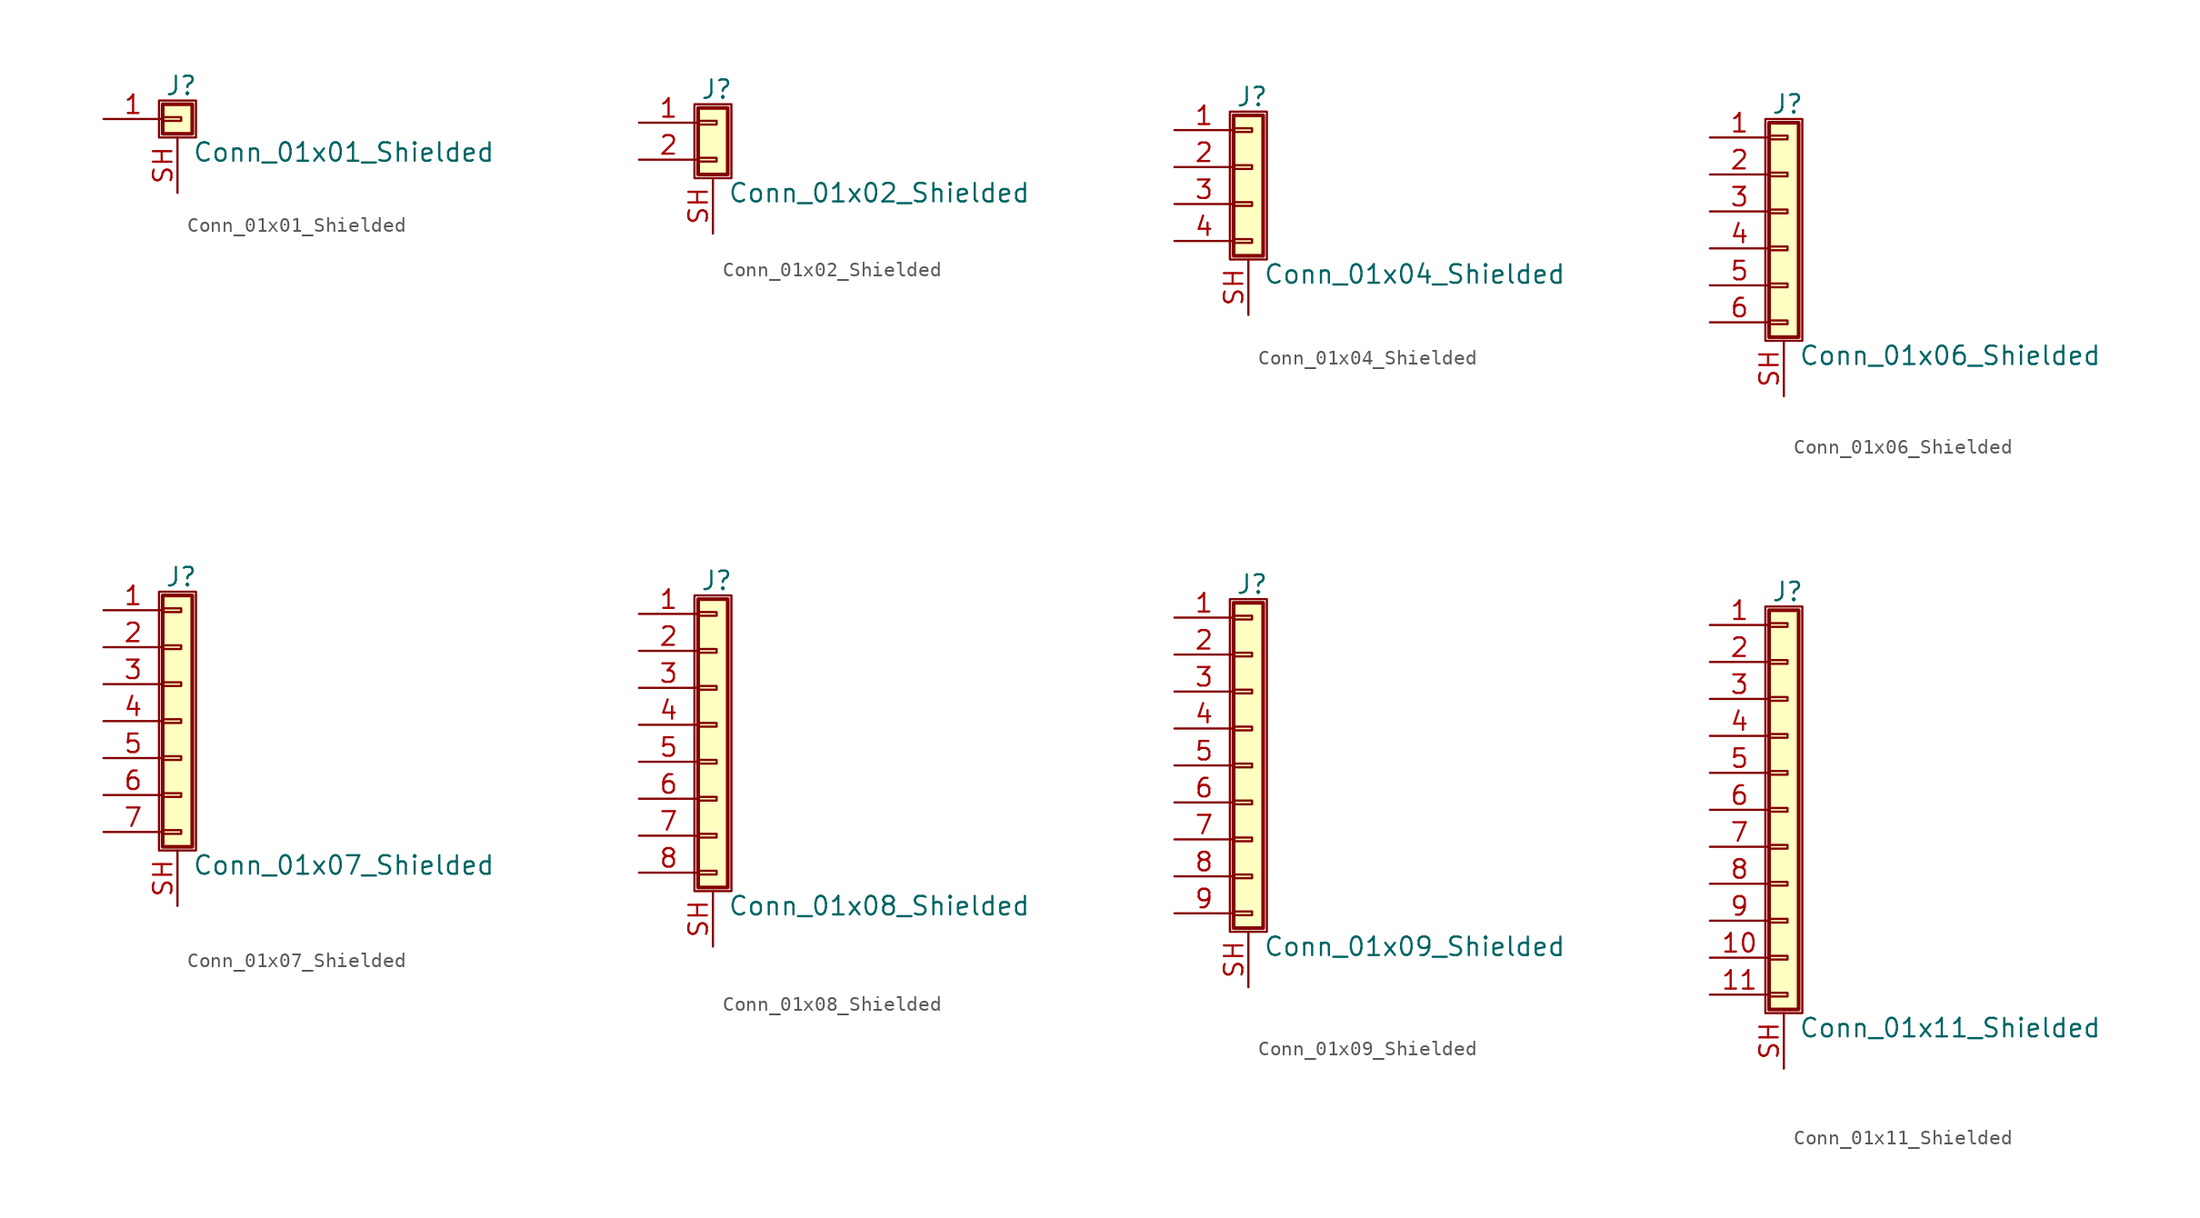
<source format=kicad_sym>
(kicad_symbol_lib
  (version 20220914)
  (generator kicad_symbol_editor)
  (symbol "Conn_01x01_Shielded"
    (pin_names
      (offset 1.016) hide)
    (property "Reference" "J"
      (at 0.254 2.286 0)
      (effects (font (size 1.27 1.27))))
    (property "Value" "Conn_01x01_Shielded"
      (at 1.016 -2.286 0)
      (effects (font (size 1.27 1.27)) (justify left)))
    (symbol "Conn_01x01_Shielded_1_1"
      (rectangle (start -1.27 1.27) (end 1.27 -1.27) (stroke (width 0.152) (type default)) (fill (type none)))
      (rectangle (start -1.016 0.127) (end 0.254 -0.127) (stroke (width 0.152) (type default)) (fill (type none)))
      (rectangle (start -1.016 1.016) (end 1.016 -1.016) (stroke (width 0.254) (type default)) (fill (type background)))
      (pin passive line (at -5.08 0 0) (length 4.064) (name "Pin_1" (effects (font (size 1.27 1.27)))) (number "1" (effects (font (size 1.27 1.27)))))
      (pin passive line (at 0 -5.08 90) (length 3.81) (name "Shield" (effects (font (size 1.27 1.27)))) (number "SH" (effects (font (size 1.27 1.27)))))))
  (symbol "Conn_01x02_Shielded"
    (pin_names
      (offset 1.016) hide)
    (property "Reference" "J"
      (at 0.254 2.286 0)
      (effects (font (size 1.27 1.27))))
    (property "Value" "Conn_01x02_Shielded"
      (at 1.016 -4.826 0)
      (effects (font (size 1.27 1.27)) (justify left)))
    (symbol "Conn_01x02_Shielded_1_1"
      (rectangle (start -1.27 1.27) (end 1.27 -3.81) (stroke (width 0.152) (type default)) (fill (type none)))
      (rectangle (start -1.016 -2.413) (end 0.254 -2.667) (stroke (width 0.152) (type default)) (fill (type none)))
      (rectangle (start -1.016 0.127) (end 0.254 -0.127) (stroke (width 0.152) (type default)) (fill (type none)))
      (rectangle (start -1.016 1.016) (end 1.016 -3.556) (stroke (width 0.254) (type default)) (fill (type background)))
      (pin passive line (at -5.08 0 0) (length 4.064) (name "Pin_1" (effects (font (size 1.27 1.27)))) (number "1" (effects (font (size 1.27 1.27)))))
      (pin passive line (at -5.08 -2.54 0) (length 4.064) (name "Pin_2" (effects (font (size 1.27 1.27)))) (number "2" (effects (font (size 1.27 1.27)))))
      (pin passive line (at 0 -7.62 90) (length 3.81) (name "Shield" (effects (font (size 1.27 1.27)))) (number "SH" (effects (font (size 1.27 1.27)))))))
  (symbol "Conn_01x04_Shielded"
    (pin_names
      (offset 1.016) hide)
    (property "Reference" "J"
      (at 0.254 4.826 0)
      (effects (font (size 1.27 1.27))))
    (property "Value" "Conn_01x04_Shielded"
      (at 1.016 -7.366 0)
      (effects (font (size 1.27 1.27)) (justify left)))
    (symbol "Conn_01x04_Shielded_1_1"
      (rectangle (start -1.27 3.81) (end 1.27 -6.35) (stroke (width 0.152) (type default)) (fill (type none)))
      (rectangle (start -1.016 -4.953) (end 0.254 -5.207) (stroke (width 0.152) (type default)) (fill (type none)))
      (rectangle (start -1.016 -2.413) (end 0.254 -2.667) (stroke (width 0.152) (type default)) (fill (type none)))
      (rectangle (start -1.016 0.127) (end 0.254 -0.127) (stroke (width 0.152) (type default)) (fill (type none)))
      (rectangle (start -1.016 2.667) (end 0.254 2.413) (stroke (width 0.152) (type default)) (fill (type none)))
      (rectangle (start -1.016 3.556) (end 1.016 -6.096) (stroke (width 0.254) (type default)) (fill (type background)))
      (pin passive line (at -5.08 2.54 0) (length 4.064) (name "Pin_1" (effects (font (size 1.27 1.27)))) (number "1" (effects (font (size 1.27 1.27)))))
      (pin passive line (at -5.08 0 0) (length 4.064) (name "Pin_2" (effects (font (size 1.27 1.27)))) (number "2" (effects (font (size 1.27 1.27)))))
      (pin passive line (at -5.08 -2.54 0) (length 4.064) (name "Pin_3" (effects (font (size 1.27 1.27)))) (number "3" (effects (font (size 1.27 1.27)))))
      (pin passive line (at -5.08 -5.08 0) (length 4.064) (name "Pin_4" (effects (font (size 1.27 1.27)))) (number "4" (effects (font (size 1.27 1.27)))))
      (pin passive line (at 0 -10.16 90) (length 3.81) (name "Shield" (effects (font (size 1.27 1.27)))) (number "SH" (effects (font (size 1.27 1.27)))))))
  (symbol "Conn_01x06_Shielded"
    (pin_names
      (offset 1.016) hide)
    (property "Reference" "J"
      (at 0.254 7.366 0)
      (effects (font (size 1.27 1.27))))
    (property "Value" "Conn_01x06_Shielded"
      (at 1.016 -9.906 0)
      (effects (font (size 1.27 1.27)) (justify left)))
    (symbol "Conn_01x06_Shielded_1_1"
      (rectangle (start -1.27 6.35) (end 1.27 -8.89) (stroke (width 0.152) (type default)) (fill (type none)))
      (rectangle (start -1.016 -7.493) (end 0.254 -7.747) (stroke (width 0.152) (type default)) (fill (type none)))
      (rectangle (start -1.016 -4.953) (end 0.254 -5.207) (stroke (width 0.152) (type default)) (fill (type none)))
      (rectangle (start -1.016 -2.413) (end 0.254 -2.667) (stroke (width 0.152) (type default)) (fill (type none)))
      (rectangle (start -1.016 0.127) (end 0.254 -0.127) (stroke (width 0.152) (type default)) (fill (type none)))
      (rectangle (start -1.016 2.667) (end 0.254 2.413) (stroke (width 0.152) (type default)) (fill (type none)))
      (rectangle (start -1.016 5.207) (end 0.254 4.953) (stroke (width 0.152) (type default)) (fill (type none)))
      (rectangle (start -1.016 6.096) (end 1.016 -8.636) (stroke (width 0.254) (type default)) (fill (type background)))
      (pin passive line (at -5.08 5.08 0) (length 4.064) (name "Pin_1" (effects (font (size 1.27 1.27)))) (number "1" (effects (font (size 1.27 1.27)))))
      (pin passive line (at -5.08 2.54 0) (length 4.064) (name "Pin_2" (effects (font (size 1.27 1.27)))) (number "2" (effects (font (size 1.27 1.27)))))
      (pin passive line (at -5.08 0 0) (length 4.064) (name "Pin_3" (effects (font (size 1.27 1.27)))) (number "3" (effects (font (size 1.27 1.27)))))
      (pin passive line (at -5.08 -2.54 0) (length 4.064) (name "Pin_4" (effects (font (size 1.27 1.27)))) (number "4" (effects (font (size 1.27 1.27)))))
      (pin passive line (at -5.08 -5.08 0) (length 4.064) (name "Pin_5" (effects (font (size 1.27 1.27)))) (number "5" (effects (font (size 1.27 1.27)))))
      (pin passive line (at -5.08 -7.62 0) (length 4.064) (name "Pin_6" (effects (font (size 1.27 1.27)))) (number "6" (effects (font (size 1.27 1.27)))))
      (pin passive line (at 0 -12.7 90) (length 3.81) (name "Shield" (effects (font (size 1.27 1.27)))) (number "SH" (effects (font (size 1.27 1.27)))))))
  (symbol "Conn_01x07_Shielded"
    (pin_names
      (offset 1.016) hide)
    (property "Reference" "J"
      (at 0.254 9.906 0)
      (effects (font (size 1.27 1.27))))
    (property "Value" "Conn_01x07_Shielded"
      (at 1.016 -9.906 0)
      (effects (font (size 1.27 1.27)) (justify left)))
    (symbol "Conn_01x07_Shielded_1_1"
      (rectangle (start -1.27 8.89) (end 1.27 -8.89) (stroke (width 0.152) (type default)) (fill (type none)))
      (rectangle (start -1.016 -7.493) (end 0.254 -7.747) (stroke (width 0.152) (type default)) (fill (type none)))
      (rectangle (start -1.016 -4.953) (end 0.254 -5.207) (stroke (width 0.152) (type default)) (fill (type none)))
      (rectangle (start -1.016 -2.413) (end 0.254 -2.667) (stroke (width 0.152) (type default)) (fill (type none)))
      (rectangle (start -1.016 0.127) (end 0.254 -0.127) (stroke (width 0.152) (type default)) (fill (type none)))
      (rectangle (start -1.016 2.667) (end 0.254 2.413) (stroke (width 0.152) (type default)) (fill (type none)))
      (rectangle (start -1.016 5.207) (end 0.254 4.953) (stroke (width 0.152) (type default)) (fill (type none)))
      (rectangle (start -1.016 7.747) (end 0.254 7.493) (stroke (width 0.152) (type default)) (fill (type none)))
      (rectangle (start -1.016 8.636) (end 1.016 -8.636) (stroke (width 0.254) (type default)) (fill (type background)))
      (pin passive line (at -5.08 7.62 0) (length 4.064) (name "Pin_1" (effects (font (size 1.27 1.27)))) (number "1" (effects (font (size 1.27 1.27)))))
      (pin passive line (at -5.08 5.08 0) (length 4.064) (name "Pin_2" (effects (font (size 1.27 1.27)))) (number "2" (effects (font (size 1.27 1.27)))))
      (pin passive line (at -5.08 2.54 0) (length 4.064) (name "Pin_3" (effects (font (size 1.27 1.27)))) (number "3" (effects (font (size 1.27 1.27)))))
      (pin passive line (at -5.08 0 0) (length 4.064) (name "Pin_4" (effects (font (size 1.27 1.27)))) (number "4" (effects (font (size 1.27 1.27)))))
      (pin passive line (at -5.08 -2.54 0) (length 4.064) (name "Pin_5" (effects (font (size 1.27 1.27)))) (number "5" (effects (font (size 1.27 1.27)))))
      (pin passive line (at -5.08 -5.08 0) (length 4.064) (name "Pin_6" (effects (font (size 1.27 1.27)))) (number "6" (effects (font (size 1.27 1.27)))))
      (pin passive line (at -5.08 -7.62 0) (length 4.064) (name "Pin_7" (effects (font (size 1.27 1.27)))) (number "7" (effects (font (size 1.27 1.27)))))
      (pin passive line (at 0 -12.7 90) (length 3.81) (name "Shield" (effects (font (size 1.27 1.27)))) (number "SH" (effects (font (size 1.27 1.27)))))))
  (symbol "Conn_01x08_Shielded"
    (pin_names
      (offset 1.016) hide)
    (property "Reference" "J"
      (at 0.254 9.906 0)
      (effects (font (size 1.27 1.27))))
    (property "Value" "Conn_01x08_Shielded"
      (at 1.016 -12.446 0)
      (effects (font (size 1.27 1.27)) (justify left)))
    (symbol "Conn_01x08_Shielded_1_1"
      (rectangle (start -1.27 8.89) (end 1.27 -11.43) (stroke (width 0.152) (type default)) (fill (type none)))
      (rectangle (start -1.016 -10.033) (end 0.254 -10.287) (stroke (width 0.152) (type default)) (fill (type none)))
      (rectangle (start -1.016 -7.493) (end 0.254 -7.747) (stroke (width 0.152) (type default)) (fill (type none)))
      (rectangle (start -1.016 -4.953) (end 0.254 -5.207) (stroke (width 0.152) (type default)) (fill (type none)))
      (rectangle (start -1.016 -2.413) (end 0.254 -2.667) (stroke (width 0.152) (type default)) (fill (type none)))
      (rectangle (start -1.016 0.127) (end 0.254 -0.127) (stroke (width 0.152) (type default)) (fill (type none)))
      (rectangle (start -1.016 2.667) (end 0.254 2.413) (stroke (width 0.152) (type default)) (fill (type none)))
      (rectangle (start -1.016 5.207) (end 0.254 4.953) (stroke (width 0.152) (type default)) (fill (type none)))
      (rectangle (start -1.016 7.747) (end 0.254 7.493) (stroke (width 0.152) (type default)) (fill (type none)))
      (rectangle (start -1.016 8.636) (end 1.016 -11.176) (stroke (width 0.254) (type default)) (fill (type background)))
      (pin passive line (at -5.08 7.62 0) (length 4.064) (name "Pin_1" (effects (font (size 1.27 1.27)))) (number "1" (effects (font (size 1.27 1.27)))))
      (pin passive line (at -5.08 5.08 0) (length 4.064) (name "Pin_2" (effects (font (size 1.27 1.27)))) (number "2" (effects (font (size 1.27 1.27)))))
      (pin passive line (at -5.08 2.54 0) (length 4.064) (name "Pin_3" (effects (font (size 1.27 1.27)))) (number "3" (effects (font (size 1.27 1.27)))))
      (pin passive line (at -5.08 0 0) (length 4.064) (name "Pin_4" (effects (font (size 1.27 1.27)))) (number "4" (effects (font (size 1.27 1.27)))))
      (pin passive line (at -5.08 -2.54 0) (length 4.064) (name "Pin_5" (effects (font (size 1.27 1.27)))) (number "5" (effects (font (size 1.27 1.27)))))
      (pin passive line (at -5.08 -5.08 0) (length 4.064) (name "Pin_6" (effects (font (size 1.27 1.27)))) (number "6" (effects (font (size 1.27 1.27)))))
      (pin passive line (at -5.08 -7.62 0) (length 4.064) (name "Pin_7" (effects (font (size 1.27 1.27)))) (number "7" (effects (font (size 1.27 1.27)))))
      (pin passive line (at -5.08 -10.16 0) (length 4.064) (name "Pin_8" (effects (font (size 1.27 1.27)))) (number "8" (effects (font (size 1.27 1.27)))))
      (pin passive line (at 0 -15.24 90) (length 3.81) (name "Shield" (effects (font (size 1.27 1.27)))) (number "SH" (effects (font (size 1.27 1.27)))))))
  (symbol "Conn_01x09_Shielded"
    (pin_names
      (offset 1.016) hide)
    (property "Reference" "J"
      (at 0.254 12.446 0)
      (effects (font (size 1.27 1.27))))
    (property "Value" "Conn_01x09_Shielded"
      (at 1.016 -12.446 0)
      (effects (font (size 1.27 1.27)) (justify left)))
    (symbol "Conn_01x09_Shielded_1_1"
      (rectangle (start -1.27 11.43) (end 1.27 -11.43) (stroke (width 0.152) (type default)) (fill (type none)))
      (rectangle (start -1.016 -10.033) (end 0.254 -10.287) (stroke (width 0.152) (type default)) (fill (type none)))
      (rectangle (start -1.016 -7.493) (end 0.254 -7.747) (stroke (width 0.152) (type default)) (fill (type none)))
      (rectangle (start -1.016 -4.953) (end 0.254 -5.207) (stroke (width 0.152) (type default)) (fill (type none)))
      (rectangle (start -1.016 -2.413) (end 0.254 -2.667) (stroke (width 0.152) (type default)) (fill (type none)))
      (rectangle (start -1.016 0.127) (end 0.254 -0.127) (stroke (width 0.152) (type default)) (fill (type none)))
      (rectangle (start -1.016 2.667) (end 0.254 2.413) (stroke (width 0.152) (type default)) (fill (type none)))
      (rectangle (start -1.016 5.207) (end 0.254 4.953) (stroke (width 0.152) (type default)) (fill (type none)))
      (rectangle (start -1.016 7.747) (end 0.254 7.493) (stroke (width 0.152) (type default)) (fill (type none)))
      (rectangle (start -1.016 10.287) (end 0.254 10.033) (stroke (width 0.152) (type default)) (fill (type none)))
      (rectangle (start -1.016 11.176) (end 1.016 -11.176) (stroke (width 0.254) (type default)) (fill (type background)))
      (pin passive line (at -5.08 10.16 0) (length 4.064) (name "Pin_1" (effects (font (size 1.27 1.27)))) (number "1" (effects (font (size 1.27 1.27)))))
      (pin passive line (at -5.08 7.62 0) (length 4.064) (name "Pin_2" (effects (font (size 1.27 1.27)))) (number "2" (effects (font (size 1.27 1.27)))))
      (pin passive line (at -5.08 5.08 0) (length 4.064) (name "Pin_3" (effects (font (size 1.27 1.27)))) (number "3" (effects (font (size 1.27 1.27)))))
      (pin passive line (at -5.08 2.54 0) (length 4.064) (name "Pin_4" (effects (font (size 1.27 1.27)))) (number "4" (effects (font (size 1.27 1.27)))))
      (pin passive line (at -5.08 0 0) (length 4.064) (name "Pin_5" (effects (font (size 1.27 1.27)))) (number "5" (effects (font (size 1.27 1.27)))))
      (pin passive line (at -5.08 -2.54 0) (length 4.064) (name "Pin_6" (effects (font (size 1.27 1.27)))) (number "6" (effects (font (size 1.27 1.27)))))
      (pin passive line (at -5.08 -5.08 0) (length 4.064) (name "Pin_7" (effects (font (size 1.27 1.27)))) (number "7" (effects (font (size 1.27 1.27)))))
      (pin passive line (at -5.08 -7.62 0) (length 4.064) (name "Pin_8" (effects (font (size 1.27 1.27)))) (number "8" (effects (font (size 1.27 1.27)))))
      (pin passive line (at -5.08 -10.16 0) (length 4.064) (name "Pin_9" (effects (font (size 1.27 1.27)))) (number "9" (effects (font (size 1.27 1.27)))))
      (pin passive line (at 0 -15.24 90) (length 3.81) (name "Shield" (effects (font (size 1.27 1.27)))) (number "SH" (effects (font (size 1.27 1.27)))))))
  (symbol "Conn_01x11_Shielded"
    (pin_names
      (offset 1.016) hide)
    (property "Reference" "J"
      (at 0.254 14.986 0)
      (effects (font (size 1.27 1.27))))
    (property "Value" "Conn_01x11_Shielded"
      (at 1.016 -14.986 0)
      (effects (font (size 1.27 1.27)) (justify left)))
    (symbol "Conn_01x11_Shielded_1_1"
      (rectangle (start -1.27 13.97) (end 1.27 -13.97) (stroke (width 0.152) (type default)) (fill (type none)))
      (rectangle (start -1.016 -12.573) (end 0.254 -12.827) (stroke (width 0.152) (type default)) (fill (type none)))
      (rectangle (start -1.016 -10.033) (end 0.254 -10.287) (stroke (width 0.152) (type default)) (fill (type none)))
      (rectangle (start -1.016 -7.493) (end 0.254 -7.747) (stroke (width 0.152) (type default)) (fill (type none)))
      (rectangle (start -1.016 -4.953) (end 0.254 -5.207) (stroke (width 0.152) (type default)) (fill (type none)))
      (rectangle (start -1.016 -2.413) (end 0.254 -2.667) (stroke (width 0.152) (type default)) (fill (type none)))
      (rectangle (start -1.016 0.127) (end 0.254 -0.127) (stroke (width 0.152) (type default)) (fill (type none)))
      (rectangle (start -1.016 2.667) (end 0.254 2.413) (stroke (width 0.152) (type default)) (fill (type none)))
      (rectangle (start -1.016 5.207) (end 0.254 4.953) (stroke (width 0.152) (type default)) (fill (type none)))
      (rectangle (start -1.016 7.747) (end 0.254 7.493) (stroke (width 0.152) (type default)) (fill (type none)))
      (rectangle (start -1.016 10.287) (end 0.254 10.033) (stroke (width 0.152) (type default)) (fill (type none)))
      (rectangle (start -1.016 12.827) (end 0.254 12.573) (stroke (width 0.152) (type default)) (fill (type none)))
      (rectangle (start -1.016 13.716) (end 1.016 -13.716) (stroke (width 0.254) (type default)) (fill (type background)))
      (pin passive line (at -5.08 12.7 0) (length 4.064) (name "Pin_1" (effects (font (size 1.27 1.27)))) (number "1" (effects (font (size 1.27 1.27)))))
      (pin passive line (at -5.08 -10.16 0) (length 4.064) (name "Pin_10" (effects (font (size 1.27 1.27)))) (number "10" (effects (font (size 1.27 1.27)))))
      (pin passive line (at -5.08 -12.7 0) (length 4.064) (name "Pin_11" (effects (font (size 1.27 1.27)))) (number "11" (effects (font (size 1.27 1.27)))))
      (pin passive line (at -5.08 10.16 0) (length 4.064) (name "Pin_2" (effects (font (size 1.27 1.27)))) (number "2" (effects (font (size 1.27 1.27)))))
      (pin passive line (at -5.08 7.62 0) (length 4.064) (name "Pin_3" (effects (font (size 1.27 1.27)))) (number "3" (effects (font (size 1.27 1.27)))))
      (pin passive line (at -5.08 5.08 0) (length 4.064) (name "Pin_4" (effects (font (size 1.27 1.27)))) (number "4" (effects (font (size 1.27 1.27)))))
      (pin passive line (at -5.08 2.54 0) (length 4.064) (name "Pin_5" (effects (font (size 1.27 1.27)))) (number "5" (effects (font (size 1.27 1.27)))))
      (pin passive line (at -5.08 0 0) (length 4.064) (name "Pin_6" (effects (font (size 1.27 1.27)))) (number "6" (effects (font (size 1.27 1.27)))))
      (pin passive line (at -5.08 -2.54 0) (length 4.064) (name "Pin_7" (effects (font (size 1.27 1.27)))) (number "7" (effects (font (size 1.27 1.27)))))
      (pin passive line (at -5.08 -5.08 0) (length 4.064) (name "Pin_8" (effects (font (size 1.27 1.27)))) (number "8" (effects (font (size 1.27 1.27)))))
      (pin passive line (at -5.08 -7.62 0) (length 4.064) (name "Pin_9" (effects (font (size 1.27 1.27)))) (number "9" (effects (font (size 1.27 1.27)))))
      (pin passive line (at 0 -17.78 90) (length 3.81) (name "Shield" (effects (font (size 1.27 1.27)))) (number "SH" (effects (font (size 1.27 1.27))))))))
</source>
